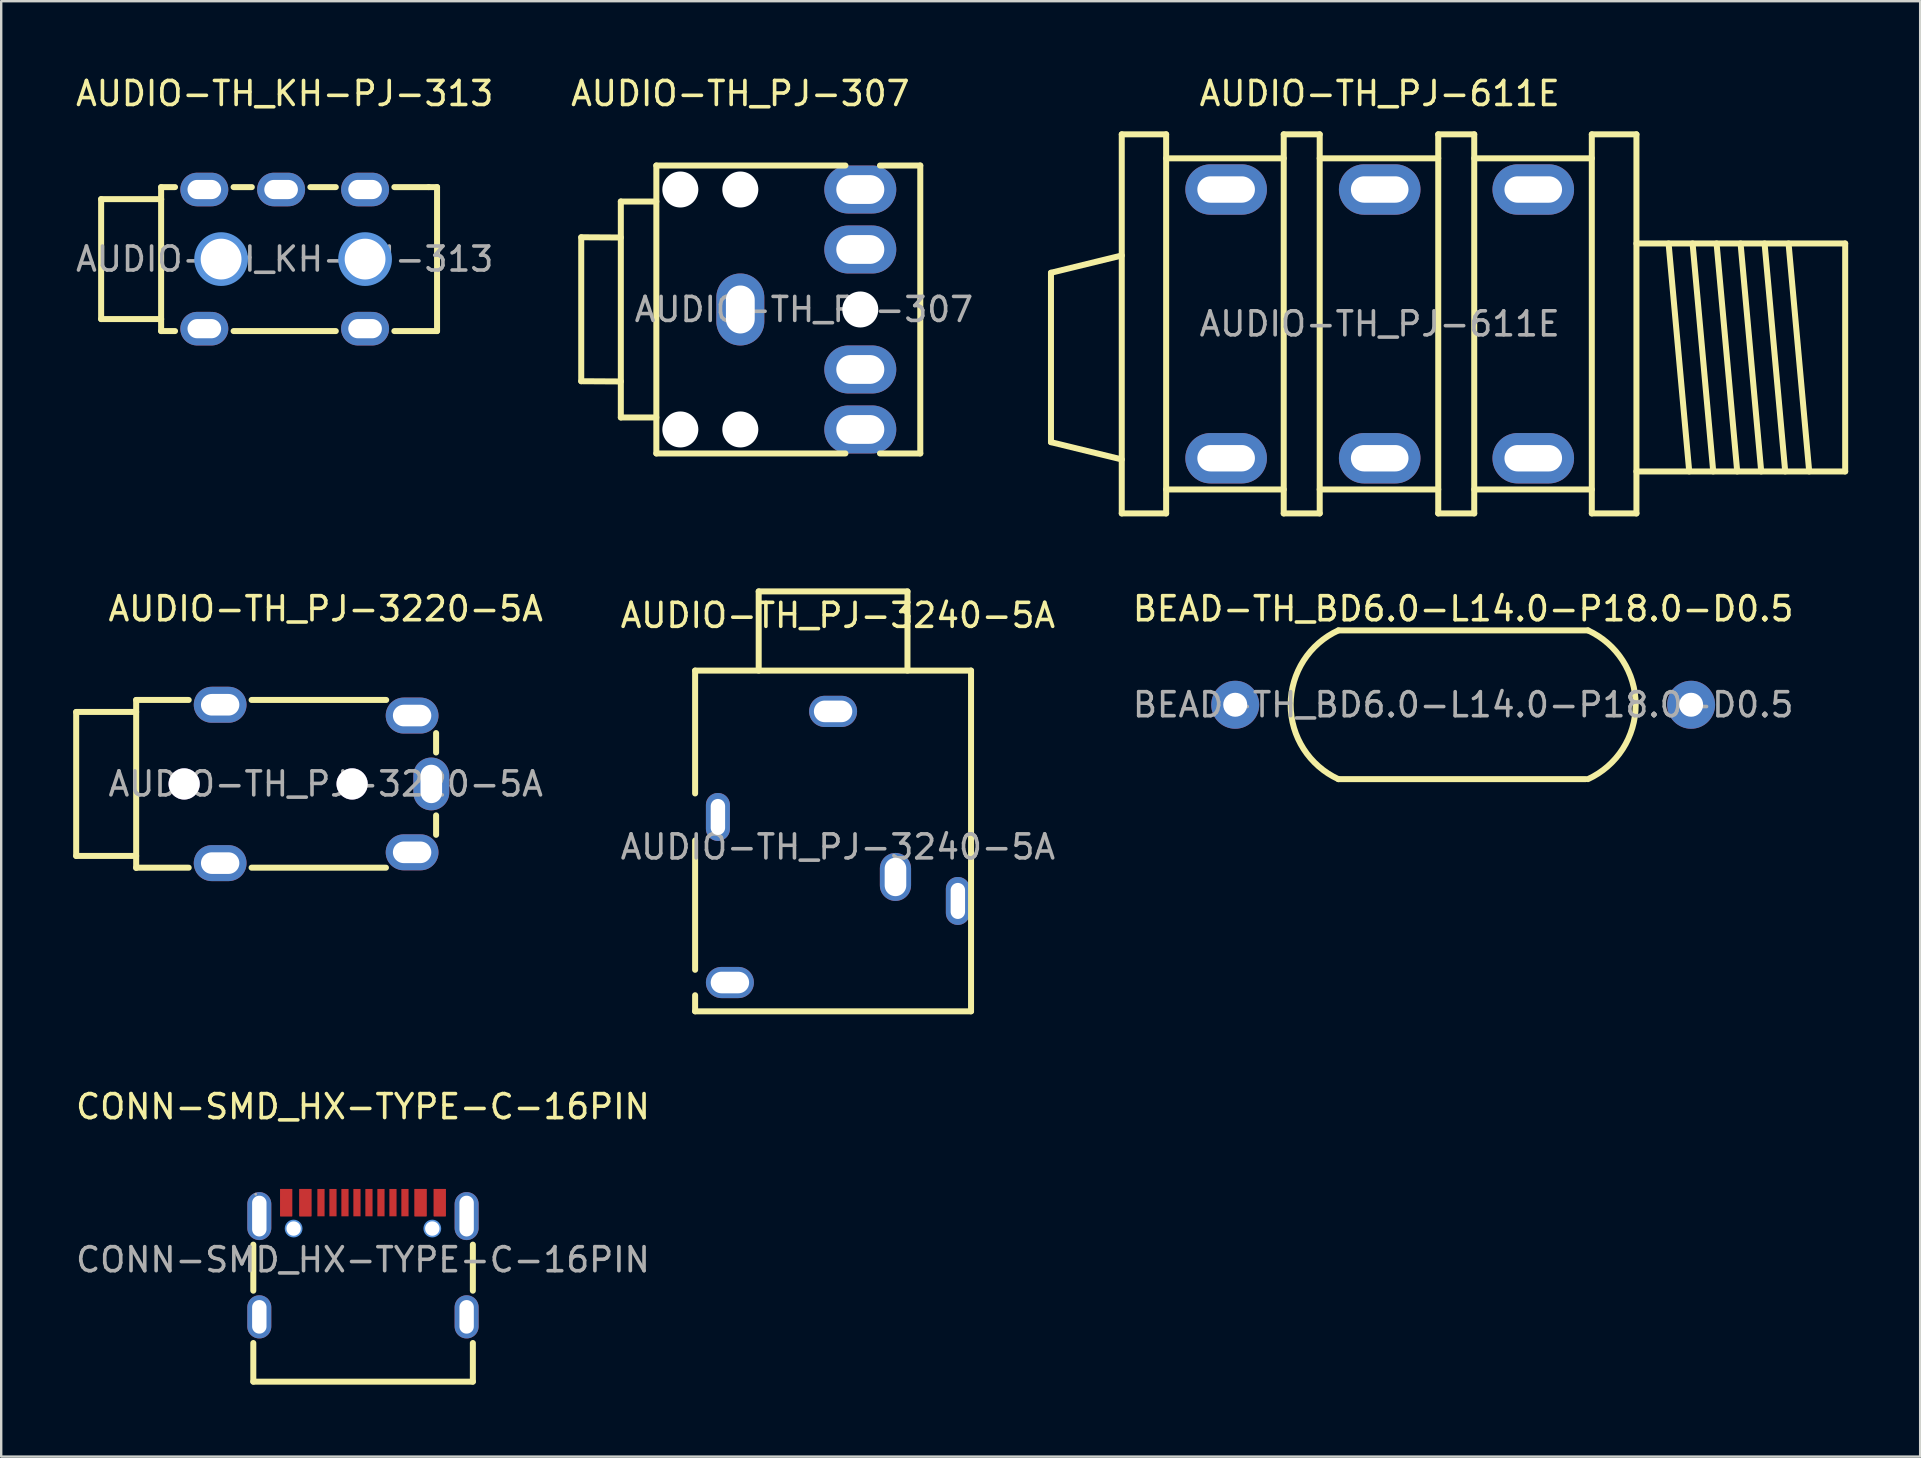
<source format=kicad_pcb>
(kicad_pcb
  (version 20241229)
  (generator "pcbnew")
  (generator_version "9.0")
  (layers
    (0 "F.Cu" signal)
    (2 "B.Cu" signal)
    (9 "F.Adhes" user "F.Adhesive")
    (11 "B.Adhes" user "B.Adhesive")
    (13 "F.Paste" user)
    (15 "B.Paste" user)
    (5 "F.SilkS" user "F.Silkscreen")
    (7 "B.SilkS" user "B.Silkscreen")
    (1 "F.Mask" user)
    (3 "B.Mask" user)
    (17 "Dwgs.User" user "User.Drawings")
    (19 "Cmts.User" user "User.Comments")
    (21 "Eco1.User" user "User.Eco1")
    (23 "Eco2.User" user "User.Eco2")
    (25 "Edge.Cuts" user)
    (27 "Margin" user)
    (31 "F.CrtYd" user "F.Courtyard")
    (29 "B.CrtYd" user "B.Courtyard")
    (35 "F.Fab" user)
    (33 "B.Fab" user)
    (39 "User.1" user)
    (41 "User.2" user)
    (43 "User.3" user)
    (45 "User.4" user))
  (footprint "CONN-SMD_HX-TYPE-C-16PIN"
    (layer "F.Cu")
    (at 12.077 49.452)
    (property "Reference" "CONN-SMD_HX-TYPE-C-16PIN" (at 0 -6.38 0) (layer "F.SilkS") (effects (font (size 1 1) (thickness 0.15))))
    (attr through_hole)
    (fp_line (start -4.57 -0.63) (end -4.57 1.29) (stroke (width 0.25) (type solid)) (layer "F.SilkS"))
    (fp_line (start -4.57 3.47) (end -4.57 5.08) (stroke (width 0.25) (type solid)) (layer "F.SilkS"))
    (fp_line (start -4.57 5.08) (end 4.58 5.08) (stroke (width 0.25) (type solid)) (layer "F.SilkS"))
    (fp_line (start 4.58 1.29) (end 4.58 -0.63) (stroke (width 0.25) (type solid)) (layer "F.SilkS"))
    (fp_line (start 4.58 5.08) (end 4.58 3.47) (stroke (width 0.25) (type solid)) (layer "F.SilkS"))
    (fp_circle (center -2.89 -1.3) (end -2.77 -1.3) (stroke (width 0.25) (type solid)) (fill no) (layer "Cmts.User"))
    (fp_circle (center 2.89 -1.3) (end 3.01 -1.3) (stroke (width 0.25) (type solid)) (fill no) (layer "Cmts.User"))
    (fp_circle (center -4.47 -2.73) (end -4.44 -2.73) (stroke (width 0.06) (type solid)) (fill no) (layer "F.Fab"))
    (fp_text user "${REFERENCE}" (at 0 0 0) (layer "F.Fab") (effects (font (size 1 1) (thickness 0.15))))
    (pad "" thru_hole circle (at -2.89 -1.3) (size 0.6 0.6) (drill 0.6) (layers "*.Cu" "*.Mask"))
    (pad "" thru_hole circle (at 2.89 -1.3) (size 0.6 0.6) (drill 0.6) (layers "*.Cu" "*.Mask"))
    (pad "A1" smd rect (at -3.2 -2.38) (size 0.5 1.14) (layers "F.Cu" "F.Mask" "F.Paste"))
    (pad "A4" smd rect (at -2.4 -2.38) (size 0.5 1.14) (layers "F.Cu" "F.Mask" "F.Paste"))
    (pad "A5" smd rect (at -1.25 -2.38) (size 0.3 1.14) (layers "F.Cu" "F.Mask" "F.Paste"))
    (pad "A6" smd rect (at -0.25 -2.38) (size 0.3 1.14) (layers "F.Cu" "F.Mask" "F.Paste"))
    (pad "A7" smd rect (at 0.25 -2.38) (size 0.3 1.14) (layers "F.Cu" "F.Mask" "F.Paste"))
    (pad "A8" smd rect (at 1.25 -2.38) (size 0.3 1.14) (layers "F.Cu" "F.Mask" "F.Paste"))
    (pad "A9" smd rect (at 2.4 -2.38) (size 0.5 1.14) (layers "F.Cu" "F.Mask" "F.Paste"))
    (pad "A12" smd rect (at 3.2 -2.38) (size 0.5 1.14) (layers "F.Cu" "F.Mask" "F.Paste"))
    (pad "B1" smd rect (at 3.2 -2.38) (size 0.5 1.14) (layers "F.Cu" "F.Mask" "F.Paste"))
    (pad "B4" smd rect (at 2.4 -2.38) (size 0.5 1.14) (layers "F.Cu" "F.Mask" "F.Paste"))
    (pad "B5" smd rect (at 1.75 -2.38) (size 0.3 1.14) (layers "F.Cu" "F.Mask" "F.Paste"))
    (pad "B6" smd rect (at 0.75 -2.38) (size 0.3 1.14) (layers "F.Cu" "F.Mask" "F.Paste"))
    (pad "B7" smd rect (at -0.75 -2.38) (size 0.3 1.14) (layers "F.Cu" "F.Mask" "F.Paste"))
    (pad "B8" smd rect (at -1.75 -2.38) (size 0.3 1.14) (layers "F.Cu" "F.Mask" "F.Paste"))
    (pad "B9" smd rect (at -2.4 -2.38) (size 0.5 1.14) (layers "F.Cu" "F.Mask" "F.Paste"))
    (pad "B12" smd rect (at -3.2 -2.38) (size 0.5 1.14) (layers "F.Cu" "F.Mask" "F.Paste"))
    (pad "S1" thru_hole oval (at -4.32 -1.82) (size 1 2) (drill oval 0.6 1.7) (layers "*.Cu" "*.Paste" "*.Mask"))
    (pad "S1" thru_hole oval (at -4.32 2.38) (size 1 1.8) (drill oval 0.6 1.4) (layers "*.Cu" "*.Paste" "*.Mask"))
    (pad "S1" thru_hole oval (at 4.32 -1.82) (size 1 2) (drill oval 0.6 1.7) (layers "*.Cu" "*.Paste" "*.Mask"))
    (pad "S1" thru_hole oval (at 4.32 2.38) (size 1 1.8) (drill oval 0.6 1.4) (layers "*.Cu" "*.Paste" "*.Mask")))
  (footprint "AUDIO-TH_KH-PJ-313"
    (layer "F.Cu")
    (at 8.815 7.748)
    (property "Reference" "AUDIO-TH_KH-PJ-313" (at 0 -6.9 0) (layer "F.SilkS") (effects (font (size 1 1) (thickness 0.15))))
    (attr smd)
    (fp_line (start -7.65 -2.5) (end -7.65 2.5) (stroke (width 0.25) (type solid)) (layer "F.SilkS"))
    (fp_line (start -7.65 -2.5) (end -5.15 -2.5) (stroke (width 0.25) (type solid)) (layer "F.SilkS"))
    (fp_line (start -7.65 2.5) (end -5.15 2.5) (stroke (width 0.25) (type solid)) (layer "F.SilkS"))
    (fp_line (start -5.15 -3) (end -4.57 -3) (stroke (width 0.25) (type solid)) (layer "F.SilkS"))
    (fp_line (start -5.15 -2.5) (end -5.15 -2.48) (stroke (width 0.25) (type solid)) (layer "F.SilkS"))
    (fp_line (start -5.15 2.5) (end -5.15 -3) (stroke (width 0.25) (type solid)) (layer "F.SilkS"))
    (fp_line (start -5.15 3) (end -5.15 2.5) (stroke (width 0.25) (type solid)) (layer "F.SilkS"))
    (fp_line (start -4.57 3) (end -5.15 3) (stroke (width 0.25) (type solid)) (layer "F.SilkS"))
    (fp_line (start -2.13 -3) (end -1.37 -3) (stroke (width 0.25) (type solid)) (layer "F.SilkS"))
    (fp_line (start 1.07 -3) (end 2.13 -3) (stroke (width 0.25) (type solid)) (layer "F.SilkS"))
    (fp_line (start 2.13 3) (end -2.13 3) (stroke (width 0.25) (type solid)) (layer "F.SilkS"))
    (fp_line (start 4.57 -3) (end 6 -3) (stroke (width 0.25) (type solid)) (layer "F.SilkS"))
    (fp_line (start 6 -3) (end 6.35 -3) (stroke (width 0.25) (type solid)) (layer "F.SilkS"))
    (fp_line (start 6.35 -3) (end 6.35 3) (stroke (width 0.25) (type solid)) (layer "F.SilkS"))
    (fp_line (start 6.35 3) (end 4.57 3) (stroke (width 0.25) (type solid)) (layer "F.SilkS"))
    (fp_circle (center -2.65 0) (end -2.28 0) (stroke (width 0.75) (type solid)) (fill no) (layer "Cmts.User"))
    (fp_circle (center 3.35 0) (end 3.72 0) (stroke (width 0.75) (type solid)) (fill no) (layer "Cmts.User"))
    (fp_text user "${REFERENCE}" (at 0 0 0) (layer "F.Fab") (effects (font (size 1 1) (thickness 0.15))))
    (pad "" thru_hole circle (at -2.65 0) (size 1.7 1.7) (drill 1.7) (layers "*.Cu" "*.Mask"))
    (pad "" thru_hole circle (at 3.35 0) (size 1.7 1.7) (drill 1.7) (layers "*.Cu" "*.Mask"))
    (pad "1" thru_hole oval (at -3.35 -2.9 90) (size 1.4 2) (drill oval 0.8 1.4) (layers "*.Cu" "*.Paste" "*.Mask"))
    (pad "1" thru_hole oval (at -3.35 2.9 90) (size 1.4 2) (drill oval 0.8 1.4) (layers "*.Cu" "*.Paste" "*.Mask"))
    (pad "2" thru_hole oval (at 3.35 -2.9 90) (size 1.4 2) (drill oval 0.8 1.4) (layers "*.Cu" "*.Paste" "*.Mask"))
    (pad "2" thru_hole oval (at 3.35 2.9 90) (size 1.4 2) (drill oval 0.8 1.4) (layers "*.Cu" "*.Paste" "*.Mask"))
    (pad "3" thru_hole oval (at -0.15 -2.9 90) (size 1.4 2) (drill oval 0.8 1.4) (layers "*.Cu" "*.Paste" "*.Mask")))
  (footprint "AUDIO-TH_PJ-307"
    (layer "F.Cu")
    (at 27.804 9.848)
    (property "Reference" "AUDIO-TH_PJ-307" (at 0 -9 0) (layer "F.SilkS") (effects (font (size 1 1) (thickness 0.15))))
    (attr smd)
    (fp_line (start -6.63 -3.01) (end -6.63 2.99) (stroke (width 0.25) (type solid)) (layer "F.SilkS"))
    (fp_line (start -6.63 -3.01) (end -4.98 -3) (stroke (width 0.25) (type solid)) (layer "F.SilkS"))
    (fp_line (start -6.63 2.99) (end -4.98 3) (stroke (width 0.25) (type solid)) (layer "F.SilkS"))
    (fp_line (start -4.98 -4.5) (end -4.98 4.5) (stroke (width 0.25) (type solid)) (layer "F.SilkS"))
    (fp_line (start -4.98 -4.5) (end -3.5 -4.5) (stroke (width 0.25) (type solid)) (layer "F.SilkS"))
    (fp_line (start -4.98 4.5) (end -3.5 4.5) (stroke (width 0.25) (type solid)) (layer "F.SilkS"))
    (fp_line (start -3.5 -6) (end -3.5 6) (stroke (width 0.25) (type solid)) (layer "F.SilkS"))
    (fp_line (start 4.38 -6) (end -3.5 -6) (stroke (width 0.25) (type solid)) (layer "F.SilkS"))
    (fp_line (start 4.38 6) (end -3.5 6) (stroke (width 0.25) (type solid)) (layer "F.SilkS"))
    (fp_line (start 7.5 -6) (end 5.82 -6) (stroke (width 0.25) (type solid)) (layer "F.SilkS"))
    (fp_line (start 7.5 -6) (end 7.5 6) (stroke (width 0.25) (type solid)) (layer "F.SilkS"))
    (fp_line (start 7.5 6) (end 5.82 6) (stroke (width 0.25) (type solid)) (layer "F.SilkS"))
    (fp_text user "${REFERENCE}" (at 2.65 0 0) (layer "F.Fab") (effects (font (size 1 1) (thickness 0.15))))
    (pad "" np_thru_hole circle (at -2.5 -5) (size 1.5 1.5) (drill 1.5) (layers "*.Cu" "*.Mask"))
    (pad "" np_thru_hole circle (at -2.5 5) (size 1.5 1.5) (drill 1.5) (layers "*.Cu" "*.Mask"))
    (pad "" np_thru_hole circle (at 0 -5) (size 1.5 1.5) (drill 1.5) (layers "*.Cu" "*.Mask"))
    (pad "" np_thru_hole circle (at 0 5) (size 1.5 1.5) (drill 1.5) (layers "*.Cu" "*.Mask"))
    (pad "" np_thru_hole circle (at 5 0) (size 1.5 1.5) (drill 1.5) (layers "*.Cu" "*.Mask"))
    (pad "1" thru_hole oval (at 0 0) (size 2 3) (drill oval 1.2 2) (layers "*.Cu" "*.Paste" "*.Mask"))
    (pad "2" thru_hole oval (at 5 -5) (size 3 2) (drill oval 2 1.2) (layers "*.Cu" "*.Paste" "*.Mask"))
    (pad "3" thru_hole oval (at 5 -2.5) (size 3 2) (drill oval 2 1.2) (layers "*.Cu" "*.Paste" "*.Mask"))
    (pad "4" thru_hole oval (at 5 2.5) (size 3 2) (drill oval 2 1.2) (layers "*.Cu" "*.Paste" "*.Mask"))
    (pad "5" thru_hole oval (at 5 5) (size 3 2) (drill oval 2 1.2) (layers "*.Cu" "*.Paste" "*.Mask")))
  (footprint "AUDIO-TH_PJ-611E"
    (layer "F.Cu")
    (at 54.451 10.448)
    (property "Reference" "AUDIO-TH_PJ-611E" (at 0 -9.6 0) (layer "F.SilkS") (effects (font (size 1 1) (thickness 0.15))))
    (attr through_hole)
    (fp_line (start -13.7 4.93) (end -13.7 -2.13) (stroke (width 0.25) (type solid)) (layer "F.SilkS"))
    (fp_line (start -10.75 -2.85) (end -13.7 -2.13) (stroke (width 0.25) (type solid)) (layer "F.SilkS"))
    (fp_line (start -10.75 5.65) (end -13.7 4.93) (stroke (width 0.25) (type solid)) (layer "F.SilkS"))
    (fp_line (start -10.75 7.9) (end -10.75 -7.9) (stroke (width 0.25) (type solid)) (layer "F.SilkS"))
    (fp_line (start -8.9 -7.9) (end -10.75 -7.9) (stroke (width 0.25) (type solid)) (layer "F.SilkS"))
    (fp_line (start -8.9 7.9) (end -10.75 7.9) (stroke (width 0.25) (type solid)) (layer "F.SilkS"))
    (fp_line (start -8.9 7.9) (end -8.9 -7.9) (stroke (width 0.25) (type solid)) (layer "F.SilkS"))
    (fp_line (start -4 -6.9) (end -8.9 -6.9) (stroke (width 0.25) (type solid)) (layer "F.SilkS"))
    (fp_line (start -4 6.9) (end -8.9 6.9) (stroke (width 0.25) (type solid)) (layer "F.SilkS"))
    (fp_line (start -4 7.9) (end -4 -7.9) (stroke (width 0.25) (type solid)) (layer "F.SilkS"))
    (fp_line (start -2.5 -7.9) (end -4 -7.9) (stroke (width 0.25) (type solid)) (layer "F.SilkS"))
    (fp_line (start -2.5 7.9) (end -4 7.9) (stroke (width 0.25) (type solid)) (layer "F.SilkS"))
    (fp_line (start -2.5 7.9) (end -2.5 -7.9) (stroke (width 0.25) (type solid)) (layer "F.SilkS"))
    (fp_line (start 2.44 -6.9) (end -2.5 -6.9) (stroke (width 0.25) (type solid)) (layer "F.SilkS"))
    (fp_line (start 2.44 6.9) (end -2.5 6.9) (stroke (width 0.25) (type solid)) (layer "F.SilkS"))
    (fp_line (start 2.44 7.9) (end 2.44 -7.9) (stroke (width 0.25) (type solid)) (layer "F.SilkS"))
    (fp_line (start 3.94 -7.9) (end 2.44 -7.9) (stroke (width 0.25) (type solid)) (layer "F.SilkS"))
    (fp_line (start 3.94 7.9) (end 2.44 7.9) (stroke (width 0.25) (type solid)) (layer "F.SilkS"))
    (fp_line (start 3.94 7.9) (end 3.94 -7.9) (stroke (width 0.25) (type solid)) (layer "F.SilkS"))
    (fp_line (start 8.84 -6.9) (end 3.94 -6.9) (stroke (width 0.25) (type solid)) (layer "F.SilkS"))
    (fp_line (start 8.84 6.9) (end 3.94 6.9) (stroke (width 0.25) (type solid)) (layer "F.SilkS"))
    (fp_line (start 8.84 7.9) (end 8.84 -7.9) (stroke (width 0.25) (type solid)) (layer "F.SilkS"))
    (fp_line (start 10.7 -7.9) (end 8.84 -7.9) (stroke (width 0.25) (type solid)) (layer "F.SilkS"))
    (fp_line (start 10.7 7.9) (end 8.84 7.9) (stroke (width 0.25) (type solid)) (layer "F.SilkS"))
    (fp_line (start 10.7 7.9) (end 10.7 -7.9) (stroke (width 0.25) (type solid)) (layer "F.SilkS"))
    (fp_line (start 12.9 6.15) (end 12.04 -3.35) (stroke (width 0.25) (type solid)) (layer "F.SilkS"))
    (fp_line (start 13.9 6.15) (end 13.04 -3.35) (stroke (width 0.25) (type solid)) (layer "F.SilkS"))
    (fp_line (start 14.9 6.15) (end 14.04 -3.35) (stroke (width 0.25) (type solid)) (layer "F.SilkS"))
    (fp_line (start 15.9 6.15) (end 15.04 -3.35) (stroke (width 0.25) (type solid)) (layer "F.SilkS"))
    (fp_line (start 16.9 6.15) (end 16.04 -3.35) (stroke (width 0.25) (type solid)) (layer "F.SilkS"))
    (fp_line (start 17.9 6.15) (end 17.04 -3.35) (stroke (width 0.25) (type solid)) (layer "F.SilkS"))
    (fp_line (start 19.4 -3.35) (end 10.7 -3.35) (stroke (width 0.25) (type solid)) (layer "F.SilkS"))
    (fp_line (start 19.4 6.15) (end 10.7 6.15) (stroke (width 0.25) (type solid)) (layer "F.SilkS"))
    (fp_line (start 19.4 6.15) (end 19.4 -3.35) (stroke (width 0.25) (type solid)) (layer "F.SilkS"))
    (fp_text user "${REFERENCE}" (at 0 0 0) (layer "F.Fab") (effects (font (size 1 1) (thickness 0.15))))
    (pad "R" thru_hole oval (at 0 -5.6 270) (size 2.1 3.4) (drill oval 1.1 2.4) (layers "*.Cu" "*.Paste" "*.Mask"))
    (pad "RN" thru_hole oval (at 0 5.6 270) (size 2.1 3.4) (drill oval 1.1 2.4) (layers "*.Cu" "*.Paste" "*.Mask"))
    (pad "S" thru_hole oval (at 6.4 -5.6 270) (size 2.1 3.4) (drill oval 1.1 2.4) (layers "*.Cu" "*.Paste" "*.Mask"))
    (pad "SN" thru_hole oval (at 6.4 5.6 270) (size 2.1 3.4) (drill oval 1.1 2.4) (layers "*.Cu" "*.Paste" "*.Mask"))
    (pad "T" thru_hole oval (at -6.4 -5.6 270) (size 2.1 3.4) (drill oval 1.1 2.4) (layers "*.Cu" "*.Paste" "*.Mask"))
    (pad "TN" thru_hole oval (at -6.4 5.6 270) (size 2.1 3.4) (drill oval 1.1 2.4) (layers "*.Cu" "*.Paste" "*.Mask")))
  (footprint "AUDIO-TH_PJ-3240-5A"
    (layer "F.Cu")
    (at 31.87 32.248)
    (property "Reference" "AUDIO-TH_PJ-3240-5A" (at 0 -9.65 0) (layer "F.SilkS") (effects (font (size 1 1) (thickness 0.15))))
    (attr smd)
    (fp_line (start -5.95 -7.35) (end -5.95 -2.23) (stroke (width 0.25) (type solid)) (layer "F.SilkS"))
    (fp_line (start -5.95 -7.35) (end 5.55 -7.35) (stroke (width 0.25) (type solid)) (layer "F.SilkS"))
    (fp_line (start -5.95 -0.27) (end -5.95 5.12) (stroke (width 0.25) (type solid)) (layer "F.SilkS"))
    (fp_line (start -5.95 6.18) (end -5.95 6.85) (stroke (width 0.25) (type solid)) (layer "F.SilkS"))
    (fp_line (start -3.3 -10.65) (end 2.9 -10.65) (stroke (width 0.25) (type solid)) (layer "F.SilkS"))
    (fp_line (start -3.3 -7.35) (end -3.3 -10.65) (stroke (width 0.25) (type solid)) (layer "F.SilkS"))
    (fp_line (start 2.9 -7.35) (end 2.9 -10.65) (stroke (width 0.25) (type solid)) (layer "F.SilkS"))
    (fp_line (start 5.55 -7.35) (end 5.55 6.85) (stroke (width 0.25) (type solid)) (layer "F.SilkS"))
    (fp_line (start 5.55 6.85) (end -5.95 6.85) (stroke (width 0.25) (type solid)) (layer "F.SilkS"))
    (fp_text user "${REFERENCE}" (at 0 0 0) (layer "F.Fab") (effects (font (size 1 1) (thickness 0.15))))
    (pad "R" thru_hole oval (at 5 2.25 270) (size 2 1) (drill oval 1.502 0.6) (layers "*.Cu" "*.Paste" "*.Mask"))
    (pad "RN" thru_hole oval (at 2.4 1.25 90) (size 2 1.3) (drill oval 1.601 0.9) (layers "*.Cu" "*.Paste" "*.Mask"))
    (pad "S" thru_hole oval (at -0.2 -5.65) (size 2 1.3) (drill oval 1.6 0.9) (layers "*.Cu" "*.Paste" "*.Mask"))
    (pad "T" thru_hole oval (at -5 -1.25 270) (size 2 1) (drill oval 1.502 0.6) (layers "*.Cu" "*.Paste" "*.Mask"))
    (pad "TN" thru_hole oval (at -4.5 5.65) (size 2 1.3) (drill oval 1.601 0.9) (layers "*.Cu" "*.Paste" "*.Mask")))
  (footprint "AUDIO-TH_PJ-3220-5A"
    (layer "F.Cu")
    (at 10.525 29.622)
    (property "Reference" "AUDIO-TH_PJ-3220-5A" (at 0 -7.3 0) (layer "F.SilkS") (effects (font (size 1 1) (thickness 0.15))))
    (attr smd)
    (fp_line (start -10.4 -3) (end -10.4 3) (stroke (width 0.25) (type solid)) (layer "F.SilkS"))
    (fp_line (start -10.4 3) (end -7.9 3) (stroke (width 0.25) (type solid)) (layer "F.SilkS"))
    (fp_line (start -7.9 -3.5) (end -7.9 3.5) (stroke (width 0.25) (type solid)) (layer "F.SilkS"))
    (fp_line (start -7.9 -3.5) (end -5.71 -3.5) (stroke (width 0.25) (type solid)) (layer "F.SilkS"))
    (fp_line (start -7.9 -3) (end -10.4 -3) (stroke (width 0.25) (type solid)) (layer "F.SilkS"))
    (fp_line (start -7.9 3.49) (end -5.71 3.49) (stroke (width 0.25) (type solid)) (layer "F.SilkS"))
    (fp_line (start -3.09 -3.5) (end 2.52 -3.5) (stroke (width 0.25) (type solid)) (layer "F.SilkS"))
    (fp_line (start -3.09 3.49) (end 2.51 3.49) (stroke (width 0.25) (type solid)) (layer "F.SilkS"))
    (fp_line (start 4.6 -1.31) (end 4.6 -2.12) (stroke (width 0.25) (type solid)) (layer "F.SilkS"))
    (fp_line (start 4.6 2.12) (end 4.6 1.31) (stroke (width 0.25) (type solid)) (layer "F.SilkS"))
    (fp_circle (center -5.9 0) (end -5.62 0) (stroke (width 0.55) (type solid)) (fill no) (layer "F.Fab"))
    (fp_circle (center 1.1 0) (end 1.38 0) (stroke (width 0.55) (type solid)) (fill no) (layer "F.Fab"))
    (fp_text user "${REFERENCE}" (at 0 0 0) (layer "F.Fab") (effects (font (size 1 1) (thickness 0.15))))
    (pad "" thru_hole circle (at -5.9 0) (size 1.3 1.3) (drill 1.3) (layers "*.Cu" "*.Mask"))
    (pad "" thru_hole circle (at 1.1 0) (size 1.3 1.3) (drill 1.3) (layers "*.Cu" "*.Mask"))
    (pad "1" thru_hole oval (at 4.4 0) (size 1.5 2.2) (drill oval 0.9 1.6) (layers "*.Cu" "*.Paste" "*.Mask"))
    (pad "2" thru_hole oval (at -4.4 -3.3 90) (size 1.5 2.2) (drill oval 0.9 1.6) (layers "*.Cu" "*.Paste" "*.Mask"))
    (pad "2" thru_hole oval (at -4.4 3.3 90) (size 1.5 2.2) (drill oval 0.9 1.6) (layers "*.Cu" "*.Paste" "*.Mask"))
    (pad "3" thru_hole oval (at 3.6 -2.85 90) (size 1.5 2.2) (drill oval 0.9 1.6) (layers "*.Cu" "*.Paste" "*.Mask"))
    (pad "4" thru_hole oval (at 3.6 2.85 90) (size 1.5 2.2) (drill oval 0.9 1.6) (layers "*.Cu" "*.Paste" "*.Mask")))
  (footprint "BEAD-TH_BD6.0-L14.0-P18.0-D0.5"
    (layer "F.Cu")
    (at 57.93 26.322)
    (property "Reference" "BEAD-TH_BD6.0-L14.0-P18.0-D0.5" (at 0 -4 0) (layer "F.SilkS") (effects (font (size 1 1) (thickness 0.15))))
    (attr through_hole)
    (fp_line (start -5.2 -3.1) (end 5.2 -3.1) (stroke (width 0.25) (type solid)) (layer "F.SilkS"))
    (fp_line (start -5.2 3.1) (end 5.1 3.1) (stroke (width 0.25) (type solid)) (layer "F.SilkS"))
    (fp_arc (start -5.200992 3.099546) (mid -7.189751 -0.000545) (end -5.2 -3.1) (stroke (width 0.25) (type solid)) (layer "F.SilkS"))
    (fp_arc (start 5.200992 -3.099546) (mid 7.189751 0.000545) (end 5.2 3.1) (stroke (width 0.25) (type solid)) (layer "F.SilkS"))
    (fp_circle (center -9.5 0) (end -9.3 0) (stroke (width 0.4) (type solid)) (fill no) (layer "F.Fab"))
    (fp_circle (center 9.5 0) (end 9.7 0) (stroke (width 0.4) (type solid)) (fill no) (layer "F.Fab"))
    (fp_text user "${REFERENCE}" (at 0 0 0) (layer "F.Fab") (effects (font (size 1 1) (thickness 0.15))))
    (pad "1" thru_hole circle (at -9.5 0) (size 2 2) (drill 1) (layers "*.Cu" "*.Paste" "*.Mask"))
    (pad "2" thru_hole circle (at 9.5 0) (size 2 2) (drill 1) (layers "*.Cu" "*.Paste" "*.Mask")))
  (gr_rect
    (start -3 -3)
    (end 76.976 57.657)
    (stroke (width 0.1) (type default))
    (fill no)
    (layer "Edge.Cuts")))
</source>
